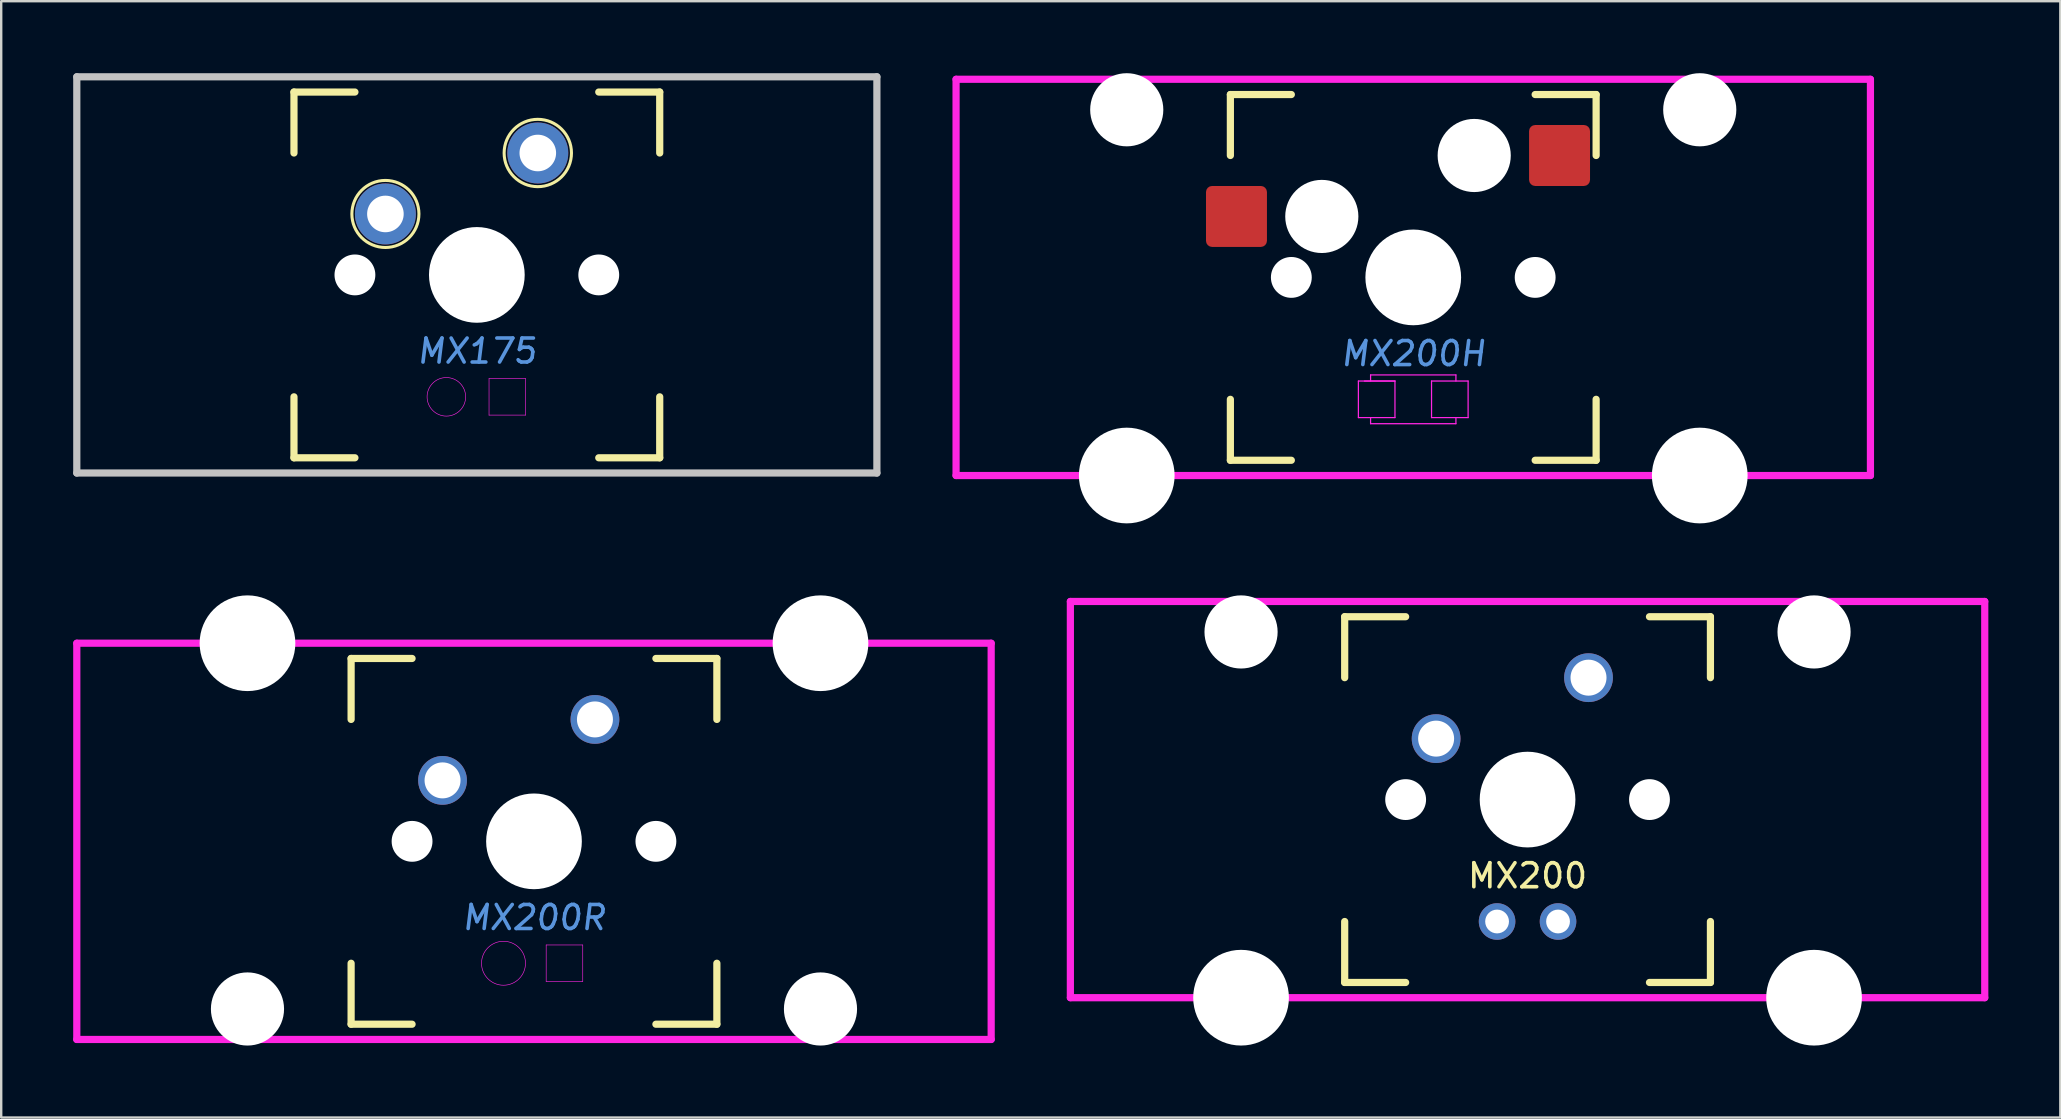
<source format=kicad_pcb>
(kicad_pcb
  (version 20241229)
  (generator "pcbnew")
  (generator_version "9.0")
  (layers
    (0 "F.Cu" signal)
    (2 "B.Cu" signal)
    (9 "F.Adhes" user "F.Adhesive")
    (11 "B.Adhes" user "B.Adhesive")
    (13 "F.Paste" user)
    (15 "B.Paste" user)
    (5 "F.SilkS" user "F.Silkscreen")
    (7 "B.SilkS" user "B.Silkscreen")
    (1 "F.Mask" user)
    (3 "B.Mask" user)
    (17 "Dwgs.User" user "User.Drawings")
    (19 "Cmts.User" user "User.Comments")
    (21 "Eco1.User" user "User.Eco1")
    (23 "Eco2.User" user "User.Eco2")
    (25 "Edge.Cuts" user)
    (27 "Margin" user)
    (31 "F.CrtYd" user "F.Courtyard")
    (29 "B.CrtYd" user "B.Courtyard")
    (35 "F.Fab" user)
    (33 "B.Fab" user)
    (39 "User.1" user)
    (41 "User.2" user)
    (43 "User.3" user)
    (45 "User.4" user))
  (footprint "MX175"
    (layer "F.Cu")
    (at 16.819 8.405)
    (property "Reference" "MX175" (at 0 3.175 0) (layer "Cmts.User") (effects (font (size 1 1) (thickness 0.15) (italic yes))))
    (attr through_hole)
    (fp_line (start -7.62 -7.62) (end -7.62 -5.08) (stroke (width 0.3) (type solid)) (layer "F.SilkS"))
    (fp_line (start -7.62 -7.62) (end -5.08 -7.62) (stroke (width 0.3) (type solid)) (layer "F.SilkS"))
    (fp_line (start -7.62 7.62) (end -7.62 5.08) (stroke (width 0.3) (type solid)) (layer "F.SilkS"))
    (fp_line (start -7.62 7.62) (end -5.08 7.62) (stroke (width 0.3) (type solid)) (layer "F.SilkS"))
    (fp_line (start 7.62 -7.62) (end 5.08 -7.62) (stroke (width 0.3) (type solid)) (layer "F.SilkS"))
    (fp_line (start 7.62 -7.62) (end 7.62 -5.08) (stroke (width 0.3) (type solid)) (layer "F.SilkS"))
    (fp_line (start 7.62 7.62) (end 5.08 7.62) (stroke (width 0.3) (type solid)) (layer "F.SilkS"))
    (fp_line (start 7.62 7.62) (end 7.62 5.08) (stroke (width 0.3) (type solid)) (layer "F.SilkS"))
    (fp_circle (center -3.81 -2.54) (end -2.413 -2.54) (stroke (width 0.127) (type solid)) (fill no) (layer "F.SilkS"))
    (fp_circle (center 2.54 -5.08) (end 3.937 -4.953) (stroke (width 0.127) (type solid)) (fill no) (layer "F.SilkS"))
    (fp_line (start -16.669 -8.255) (end -16.669 8.255) (stroke (width 0.3) (type solid)) (layer "Dwgs.User"))
    (fp_line (start -16.669 -8.255) (end 16.669 -8.255) (stroke (width 0.3) (type solid)) (layer "Dwgs.User"))
    (fp_line (start -16.669 8.255) (end 16.669 8.255) (stroke (width 0.3) (type solid)) (layer "Dwgs.User"))
    (fp_line (start 16.669 -8.255) (end 16.669 8.255) (stroke (width 0.3) (type solid)) (layer "Dwgs.User"))
    (fp_line (start 0.508 4.318) (end 2.032 4.318) (stroke (width 0.025) (type solid)) (layer "F.CrtYd"))
    (fp_line (start 0.508 5.842) (end 0.508 4.318) (stroke (width 0.025) (type solid)) (layer "F.CrtYd"))
    (fp_line (start 2.032 4.318) (end 2.032 5.842) (stroke (width 0.025) (type solid)) (layer "F.CrtYd"))
    (fp_line (start 2.032 5.842) (end 0.508 5.842) (stroke (width 0.025) (type solid)) (layer "F.CrtYd"))
    (fp_circle (center -1.27 5.08) (end -0.508 5.334) (stroke (width 0.025) (type solid)) (fill no) (layer "F.CrtYd"))
    (pad "" np_thru_hole circle (at -5.08 0) (size 1.702 1.702) (drill 1.702) (layers "*.Cu" "*.Mask"))
    (pad "" np_thru_hole circle (at 0 0) (size 3.988 3.988) (drill 3.988) (layers "*.Cu" "*.Mask"))
    (pad "" np_thru_hole circle (at 5.08 0) (size 1.702 1.702) (drill 1.702) (layers "*.Cu" "*.Mask"))
    (pad "1" thru_hole circle (at -3.81 -2.54) (size 2.54 2.54) (drill 1.524) (layers "*.Cu" "*.Mask"))
    (pad "2" thru_hole circle (at 2.54 -5.08) (size 2.54 2.54) (drill 1.524) (layers "*.Cu" "*.Mask")))
  (footprint "MX200H"
    (layer "F.Cu")
    (at 55.837 8.509)
    (property "Reference" "MX200H" (at 0 3.175 0) (layer "Cmts.User") (effects (font (size 1 1) (thickness 0.15) (italic yes))))
    (attr through_hole)
    (fp_line (start -7.62 -7.62) (end -7.62 -5.08) (stroke (width 0.3) (type solid)) (layer "F.SilkS"))
    (fp_line (start -7.62 -7.62) (end -5.08 -7.62) (stroke (width 0.3) (type solid)) (layer "F.SilkS"))
    (fp_line (start -7.62 7.62) (end -7.62 5.08) (stroke (width 0.3) (type solid)) (layer "F.SilkS"))
    (fp_line (start -7.62 7.62) (end -5.08 7.62) (stroke (width 0.3) (type solid)) (layer "F.SilkS"))
    (fp_line (start 7.62 -7.62) (end 5.08 -7.62) (stroke (width 0.3) (type solid)) (layer "F.SilkS"))
    (fp_line (start 7.62 -7.62) (end 7.62 -5.08) (stroke (width 0.3) (type solid)) (layer "F.SilkS"))
    (fp_line (start 7.62 7.62) (end 5.08 7.62) (stroke (width 0.3) (type solid)) (layer "F.SilkS"))
    (fp_line (start 7.62 7.62) (end 7.62 5.08) (stroke (width 0.3) (type solid)) (layer "F.SilkS"))
    (fp_line (start -19.05 -8.255) (end -19.05 8.255) (stroke (width 0.3) (type solid)) (layer "F.CrtYd"))
    (fp_line (start -19.05 -8.255) (end 19.05 -8.255) (stroke (width 0.3) (type solid)) (layer "F.CrtYd"))
    (fp_line (start -19.05 8.255) (end 19.05 8.255) (stroke (width 0.3) (type solid)) (layer "F.CrtYd"))
    (fp_line (start -2.286 5.842) (end -2.286 4.318) (stroke (width 0.051) (type solid)) (layer "F.CrtYd"))
    (fp_line (start -2.032 4.318) (end -0.762 4.318) (stroke (width 0.051) (type solid)) (layer "F.CrtYd"))
    (fp_line (start -1.778 4.064) (end 1.778 4.064) (stroke (width 0.051) (type solid)) (layer "F.CrtYd"))
    (fp_line (start -1.778 4.318) (end -1.778 4.064) (stroke (width 0.051) (type solid)) (layer "F.CrtYd"))
    (fp_line (start -1.778 6.096) (end -1.778 5.842) (stroke (width 0.051) (type solid)) (layer "F.CrtYd"))
    (fp_line (start -0.762 4.318) (end -2.286 4.318) (stroke (width 0.051) (type solid)) (layer "F.CrtYd"))
    (fp_line (start -0.762 4.318) (end -0.762 5.842) (stroke (width 0.051) (type solid)) (layer "F.CrtYd"))
    (fp_line (start -0.762 5.842) (end -2.286 5.842) (stroke (width 0.051) (type solid)) (layer "F.CrtYd"))
    (fp_line (start 0.762 4.318) (end 2.286 4.318) (stroke (width 0.051) (type solid)) (layer "F.CrtYd"))
    (fp_line (start 0.762 5.842) (end 0.762 4.318) (stroke (width 0.051) (type solid)) (layer "F.CrtYd"))
    (fp_line (start 1.778 4.064) (end 1.778 4.318) (stroke (width 0.051) (type solid)) (layer "F.CrtYd"))
    (fp_line (start 1.778 5.842) (end 1.778 6.096) (stroke (width 0.051) (type solid)) (layer "F.CrtYd"))
    (fp_line (start 1.778 6.096) (end -1.778 6.096) (stroke (width 0.051) (type solid)) (layer "F.CrtYd"))
    (fp_line (start 2.286 4.318) (end 2.286 5.842) (stroke (width 0.051) (type solid)) (layer "F.CrtYd"))
    (fp_line (start 2.286 5.842) (end 0.762 5.842) (stroke (width 0.051) (type solid)) (layer "F.CrtYd"))
    (fp_line (start 19.05 -8.255) (end 19.05 8.255) (stroke (width 0.3) (type solid)) (layer "F.CrtYd"))
    (pad "" np_thru_hole circle (at -11.938 -6.985) (size 3.048 3.048) (drill 3.048) (layers "*.Cu" "*.Mask"))
    (pad "" np_thru_hole circle (at -11.938 8.255) (size 3.988 3.988) (drill 3.988) (layers "*.Cu" "*.Mask"))
    (pad "" np_thru_hole circle (at -5.08 0) (size 1.702 1.702) (drill 1.702) (layers "*.Cu" "*.Mask"))
    (pad "" np_thru_hole circle (at -3.81 -2.54) (size 3.048 3.048) (drill 3.048) (layers "*.Cu" "*.Mask"))
    (pad "" np_thru_hole circle (at 0 0) (size 3.988 3.988) (drill 3.988) (layers "*.Cu" "*.Mask"))
    (pad "" np_thru_hole circle (at 2.54 -5.08) (size 3.048 3.048) (drill 3.048) (layers "*.Cu" "*.Mask"))
    (pad "" np_thru_hole circle (at 5.08 0) (size 1.702 1.702) (drill 1.702) (layers "*.Cu" "*.Mask"))
    (pad "" np_thru_hole circle (at 11.938 -6.985) (size 3.048 3.048) (drill 3.048) (layers "*.Cu" "*.Mask"))
    (pad "" np_thru_hole circle (at 11.938 8.255) (size 3.988 3.988) (drill 3.988) (layers "*.Cu" "*.Mask"))
    (pad "1" smd roundrect (at -7.366 -2.54) (size 2.54 2.54) (layers "F.Cu" "F.Mask" "F.Paste") (roundrect_rratio 0.1))
    (pad "2" smd roundrect (at 6.096 -5.08) (size 2.54 2.54) (layers "F.Cu" "F.Mask" "F.Paste") (roundrect_rratio 0.1)))
  (footprint "MX200"
    (layer "F.Cu")
    (at 60.6 30.267)
    (property "Reference" "MX200" (at 0 3.175 0) (layer "F.SilkS") (effects (font (size 1 1) (thickness 0.15))))
    (attr through_hole)
    (fp_line (start -7.62 -7.62) (end -7.62 -5.08) (stroke (width 0.3) (type solid)) (layer "F.SilkS"))
    (fp_line (start -7.62 -7.62) (end -5.08 -7.62) (stroke (width 0.3) (type solid)) (layer "F.SilkS"))
    (fp_line (start -7.62 7.62) (end -7.62 5.08) (stroke (width 0.3) (type solid)) (layer "F.SilkS"))
    (fp_line (start -7.62 7.62) (end -5.08 7.62) (stroke (width 0.3) (type solid)) (layer "F.SilkS"))
    (fp_line (start 7.62 -7.62) (end 5.08 -7.62) (stroke (width 0.3) (type solid)) (layer "F.SilkS"))
    (fp_line (start 7.62 -7.62) (end 7.62 -5.08) (stroke (width 0.3) (type solid)) (layer "F.SilkS"))
    (fp_line (start 7.62 7.62) (end 5.08 7.62) (stroke (width 0.3) (type solid)) (layer "F.SilkS"))
    (fp_line (start 7.62 7.62) (end 7.62 5.08) (stroke (width 0.3) (type solid)) (layer "F.SilkS"))
    (fp_line (start -19.05 -8.255) (end -19.05 8.255) (stroke (width 0.3) (type solid)) (layer "F.CrtYd"))
    (fp_line (start -19.05 -8.255) (end 19.05 -8.255) (stroke (width 0.3) (type solid)) (layer "F.CrtYd"))
    (fp_line (start -19.05 8.255) (end 19.05 8.255) (stroke (width 0.3) (type solid)) (layer "F.CrtYd"))
    (fp_line (start 19.05 -8.255) (end 19.05 8.255) (stroke (width 0.3) (type solid)) (layer "F.CrtYd"))
    (pad "" np_thru_hole circle (at -11.938 -6.985) (size 3.048 3.048) (drill 3.048) (layers "*.Cu" "*.Mask"))
    (pad "" np_thru_hole circle (at -11.938 8.255) (size 3.988 3.988) (drill 3.988) (layers "*.Cu" "*.Mask"))
    (pad "" np_thru_hole circle (at -5.08 0) (size 1.702 1.702) (drill 1.702) (layers "*.Cu" "*.Mask"))
    (pad "" thru_hole circle (at -3.81 -2.54) (size 2.032 2.032) (drill 1.499) (layers "*.Cu" "*.Mask"))
    (pad "" thru_hole circle (at -1.27 5.08) (size 1.524 1.524) (drill 0.991) (layers "*.Cu" "*.Mask"))
    (pad "" np_thru_hole circle (at 0 0) (size 3.988 3.988) (drill 3.988) (layers "*.Cu" "*.Mask"))
    (pad "" thru_hole circle (at 1.27 5.08) (size 1.524 1.524) (drill 0.991) (layers "*.Cu" "*.Mask"))
    (pad "" np_thru_hole circle (at 5.08 0) (size 1.702 1.702) (drill 1.702) (layers "*.Cu" "*.Mask"))
    (pad "" np_thru_hole circle (at 11.938 -6.985) (size 3.048 3.048) (drill 3.048) (layers "*.Cu" "*.Mask"))
    (pad "" np_thru_hole circle (at 11.938 8.255) (size 3.988 3.988) (drill 3.988) (layers "*.Cu" "*.Mask"))
    (pad "1" thru_hole circle (at 2.54 -5.08) (size 2.032 2.032) (drill 1.499) (layers "*.Cu" "*.Mask")))
  (footprint "MX200R"
    (layer "F.Cu")
    (at 19.2 32.007)
    (property "Reference" "MX200R" (at 0 3.175 0) (layer "Cmts.User") (effects (font (size 1 1) (thickness 0.15) (italic yes))))
    (attr through_hole)
    (fp_line (start -7.62 -7.62) (end -7.62 -5.08) (stroke (width 0.3) (type solid)) (layer "F.SilkS"))
    (fp_line (start -7.62 -7.62) (end -5.08 -7.62) (stroke (width 0.3) (type solid)) (layer "F.SilkS"))
    (fp_line (start -7.62 7.62) (end -7.62 5.08) (stroke (width 0.3) (type solid)) (layer "F.SilkS"))
    (fp_line (start -7.62 7.62) (end -5.08 7.62) (stroke (width 0.3) (type solid)) (layer "F.SilkS"))
    (fp_line (start 7.62 -7.62) (end 5.08 -7.62) (stroke (width 0.3) (type solid)) (layer "F.SilkS"))
    (fp_line (start 7.62 -7.62) (end 7.62 -5.08) (stroke (width 0.3) (type solid)) (layer "F.SilkS"))
    (fp_line (start 7.62 7.62) (end 5.08 7.62) (stroke (width 0.3) (type solid)) (layer "F.SilkS"))
    (fp_line (start 7.62 7.62) (end 7.62 5.08) (stroke (width 0.3) (type solid)) (layer "F.SilkS"))
    (fp_line (start -19.05 -8.255) (end -19.05 8.255) (stroke (width 0.3) (type solid)) (layer "F.CrtYd"))
    (fp_line (start -19.05 -8.255) (end 19.05 -8.255) (stroke (width 0.3) (type solid)) (layer "F.CrtYd"))
    (fp_line (start -19.05 8.255) (end 19.05 8.255) (stroke (width 0.3) (type solid)) (layer "F.CrtYd"))
    (fp_line (start 0.508 4.318) (end 2.032 4.318) (stroke (width 0.025) (type solid)) (layer "F.CrtYd"))
    (fp_line (start 0.508 5.842) (end 0.508 4.318) (stroke (width 0.025) (type solid)) (layer "F.CrtYd"))
    (fp_line (start 2.032 4.318) (end 2.032 5.842) (stroke (width 0.025) (type solid)) (layer "F.CrtYd"))
    (fp_line (start 2.032 5.842) (end 0.508 5.842) (stroke (width 0.025) (type solid)) (layer "F.CrtYd"))
    (fp_line (start 19.05 -8.255) (end 19.05 8.255) (stroke (width 0.3) (type solid)) (layer "F.CrtYd"))
    (fp_circle (center -1.27 5.08) (end -0.508 5.588) (stroke (width 0.025) (type solid)) (fill no) (layer "F.CrtYd"))
    (pad "" np_thru_hole circle (at -11.938 -8.255) (size 3.988 3.988) (drill 3.988) (layers "*.Cu" "*.Mask"))
    (pad "" np_thru_hole circle (at -11.938 6.985) (size 3.048 3.048) (drill 3.048) (layers "*.Cu" "*.Mask"))
    (pad "" np_thru_hole circle (at -5.08 0) (size 1.702 1.702) (drill 1.702) (layers "*.Cu" "*.Mask"))
    (pad "" np_thru_hole circle (at 0 0) (size 3.988 3.988) (drill 3.988) (layers "*.Cu" "*.Mask"))
    (pad "" np_thru_hole circle (at 5.08 0) (size 1.702 1.702) (drill 1.702) (layers "*.Cu" "*.Mask"))
    (pad "" np_thru_hole circle (at 11.938 -8.255) (size 3.988 3.988) (drill 3.988) (layers "*.Cu" "*.Mask"))
    (pad "" np_thru_hole circle (at 11.938 6.985) (size 3.048 3.048) (drill 3.048) (layers "*.Cu" "*.Mask"))
    (pad "1" thru_hole circle (at -3.81 -2.54) (size 2.032 2.032) (drill 1.499) (layers "*.Cu" "*.Mask"))
    (pad "2" thru_hole circle (at 2.54 -5.08) (size 2.032 2.032) (drill 1.499) (layers "*.Cu" "*.Mask")))
  (gr_rect
    (start -3 -3)
    (end 82.8 43.516)
    (stroke (width 0.1) (type default))
    (fill no)
    (layer "Edge.Cuts")))
</source>
